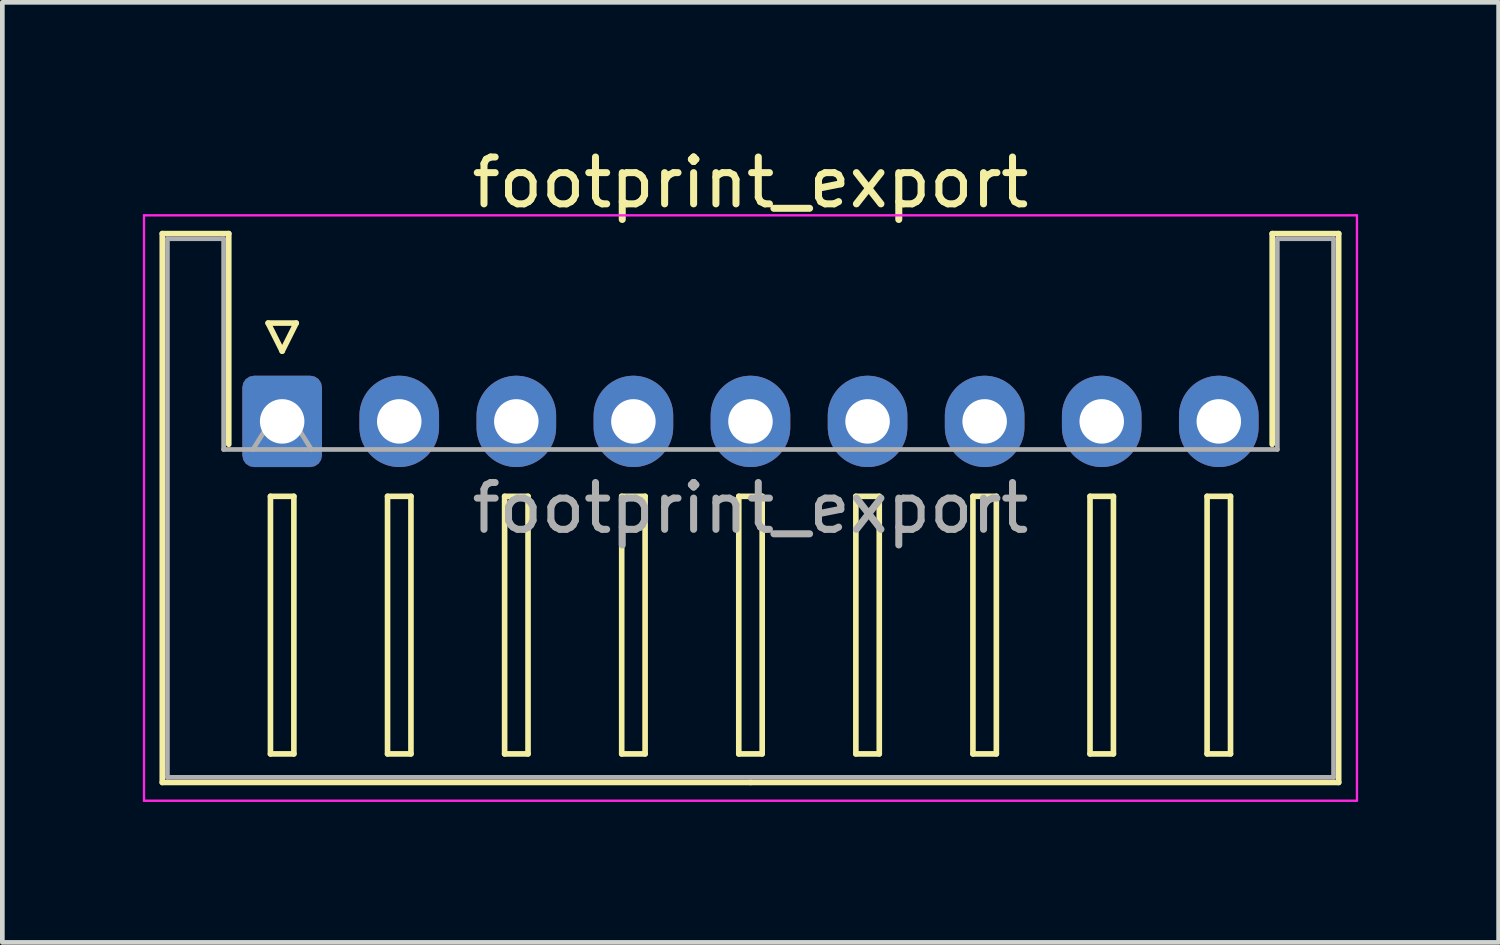
<source format=kicad_pcb>
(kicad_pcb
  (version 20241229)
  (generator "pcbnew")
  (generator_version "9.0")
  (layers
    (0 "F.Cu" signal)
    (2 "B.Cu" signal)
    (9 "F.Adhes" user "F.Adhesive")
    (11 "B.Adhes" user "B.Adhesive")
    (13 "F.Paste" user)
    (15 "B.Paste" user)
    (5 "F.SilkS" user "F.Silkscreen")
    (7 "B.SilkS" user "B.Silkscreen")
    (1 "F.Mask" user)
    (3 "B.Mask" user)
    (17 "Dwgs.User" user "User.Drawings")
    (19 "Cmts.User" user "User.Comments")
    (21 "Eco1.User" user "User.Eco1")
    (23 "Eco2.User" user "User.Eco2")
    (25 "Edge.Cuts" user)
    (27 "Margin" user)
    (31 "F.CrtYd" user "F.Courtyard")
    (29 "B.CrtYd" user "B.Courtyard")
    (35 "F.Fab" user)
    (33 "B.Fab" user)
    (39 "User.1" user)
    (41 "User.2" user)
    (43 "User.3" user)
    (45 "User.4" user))
  (footprint "footprint_export"
    (layer "F.Cu")
    (at 2.975 5.948)
    (property "Reference" "footprint_export" (at 10 -5.1 0) (layer "F.SilkS") (effects (font (size 1 1) (thickness 0.15))))
    (attr through_hole)
    (fp_line (start -2.56 -4.01) (end -1.14 -4.01) (stroke (width 0.12) (type solid)) (layer "F.SilkS"))
    (fp_line (start -2.56 7.71) (end -2.56 -4.01) (stroke (width 0.12) (type solid)) (layer "F.SilkS"))
    (fp_line (start -1.14 -4.01) (end -1.14 0.49) (stroke (width 0.12) (type solid)) (layer "F.SilkS"))
    (fp_line (start -0.3 -2.1) (end 0.3 -2.1) (stroke (width 0.12) (type solid)) (layer "F.SilkS"))
    (fp_line (start -0.25 1.6) (end -0.25 7.1) (stroke (width 0.12) (type solid)) (layer "F.SilkS"))
    (fp_line (start -0.25 7.1) (end 0.25 7.1) (stroke (width 0.12) (type solid)) (layer "F.SilkS"))
    (fp_line (start 0 -1.5) (end -0.3 -2.1) (stroke (width 0.12) (type solid)) (layer "F.SilkS"))
    (fp_line (start 0.25 1.6) (end -0.25 1.6) (stroke (width 0.12) (type solid)) (layer "F.SilkS"))
    (fp_line (start 0.25 7.1) (end 0.25 1.6) (stroke (width 0.12) (type solid)) (layer "F.SilkS"))
    (fp_line (start 0.3 -2.1) (end 0 -1.5) (stroke (width 0.12) (type solid)) (layer "F.SilkS"))
    (fp_line (start 2.25 1.6) (end 2.25 7.1) (stroke (width 0.12) (type solid)) (layer "F.SilkS"))
    (fp_line (start 2.25 7.1) (end 2.75 7.1) (stroke (width 0.12) (type solid)) (layer "F.SilkS"))
    (fp_line (start 2.75 1.6) (end 2.25 1.6) (stroke (width 0.12) (type solid)) (layer "F.SilkS"))
    (fp_line (start 2.75 7.1) (end 2.75 1.6) (stroke (width 0.12) (type solid)) (layer "F.SilkS"))
    (fp_line (start 4.75 1.6) (end 4.75 7.1) (stroke (width 0.12) (type solid)) (layer "F.SilkS"))
    (fp_line (start 4.75 7.1) (end 5.25 7.1) (stroke (width 0.12) (type solid)) (layer "F.SilkS"))
    (fp_line (start 5.25 1.6) (end 4.75 1.6) (stroke (width 0.12) (type solid)) (layer "F.SilkS"))
    (fp_line (start 5.25 7.1) (end 5.25 1.6) (stroke (width 0.12) (type solid)) (layer "F.SilkS"))
    (fp_line (start 7.25 1.6) (end 7.25 7.1) (stroke (width 0.12) (type solid)) (layer "F.SilkS"))
    (fp_line (start 7.25 7.1) (end 7.75 7.1) (stroke (width 0.12) (type solid)) (layer "F.SilkS"))
    (fp_line (start 7.75 1.6) (end 7.25 1.6) (stroke (width 0.12) (type solid)) (layer "F.SilkS"))
    (fp_line (start 7.75 7.1) (end 7.75 1.6) (stroke (width 0.12) (type solid)) (layer "F.SilkS"))
    (fp_line (start 9.75 1.6) (end 9.75 7.1) (stroke (width 0.12) (type solid)) (layer "F.SilkS"))
    (fp_line (start 9.75 7.1) (end 10.25 7.1) (stroke (width 0.12) (type solid)) (layer "F.SilkS"))
    (fp_line (start 10 7.71) (end -2.56 7.71) (stroke (width 0.12) (type solid)) (layer "F.SilkS"))
    (fp_line (start 10 7.71) (end 22.56 7.71) (stroke (width 0.12) (type solid)) (layer "F.SilkS"))
    (fp_line (start 10.25 1.6) (end 9.75 1.6) (stroke (width 0.12) (type solid)) (layer "F.SilkS"))
    (fp_line (start 10.25 7.1) (end 10.25 1.6) (stroke (width 0.12) (type solid)) (layer "F.SilkS"))
    (fp_line (start 12.25 1.6) (end 12.25 7.1) (stroke (width 0.12) (type solid)) (layer "F.SilkS"))
    (fp_line (start 12.25 7.1) (end 12.75 7.1) (stroke (width 0.12) (type solid)) (layer "F.SilkS"))
    (fp_line (start 12.75 1.6) (end 12.25 1.6) (stroke (width 0.12) (type solid)) (layer "F.SilkS"))
    (fp_line (start 12.75 7.1) (end 12.75 1.6) (stroke (width 0.12) (type solid)) (layer "F.SilkS"))
    (fp_line (start 14.75 1.6) (end 14.75 7.1) (stroke (width 0.12) (type solid)) (layer "F.SilkS"))
    (fp_line (start 14.75 7.1) (end 15.25 7.1) (stroke (width 0.12) (type solid)) (layer "F.SilkS"))
    (fp_line (start 15.25 1.6) (end 14.75 1.6) (stroke (width 0.12) (type solid)) (layer "F.SilkS"))
    (fp_line (start 15.25 7.1) (end 15.25 1.6) (stroke (width 0.12) (type solid)) (layer "F.SilkS"))
    (fp_line (start 17.25 1.6) (end 17.25 7.1) (stroke (width 0.12) (type solid)) (layer "F.SilkS"))
    (fp_line (start 17.25 7.1) (end 17.75 7.1) (stroke (width 0.12) (type solid)) (layer "F.SilkS"))
    (fp_line (start 17.75 1.6) (end 17.25 1.6) (stroke (width 0.12) (type solid)) (layer "F.SilkS"))
    (fp_line (start 17.75 7.1) (end 17.75 1.6) (stroke (width 0.12) (type solid)) (layer "F.SilkS"))
    (fp_line (start 19.75 1.6) (end 19.75 7.1) (stroke (width 0.12) (type solid)) (layer "F.SilkS"))
    (fp_line (start 19.75 7.1) (end 20.25 7.1) (stroke (width 0.12) (type solid)) (layer "F.SilkS"))
    (fp_line (start 20.25 1.6) (end 19.75 1.6) (stroke (width 0.12) (type solid)) (layer "F.SilkS"))
    (fp_line (start 20.25 7.1) (end 20.25 1.6) (stroke (width 0.12) (type solid)) (layer "F.SilkS"))
    (fp_line (start 21.14 -4.01) (end 21.14 0.49) (stroke (width 0.12) (type solid)) (layer "F.SilkS"))
    (fp_line (start 22.56 -4.01) (end 21.14 -4.01) (stroke (width 0.12) (type solid)) (layer "F.SilkS"))
    (fp_line (start 22.56 7.71) (end 22.56 -4.01) (stroke (width 0.12) (type solid)) (layer "F.SilkS"))
    (fp_line (start -2.95 -4.4) (end -2.95 8.1) (stroke (width 0.05) (type solid)) (layer "F.CrtYd"))
    (fp_line (start -2.95 8.1) (end 22.95 8.1) (stroke (width 0.05) (type solid)) (layer "F.CrtYd"))
    (fp_line (start 22.95 -4.4) (end -2.95 -4.4) (stroke (width 0.05) (type solid)) (layer "F.CrtYd"))
    (fp_line (start 22.95 8.1) (end 22.95 -4.4) (stroke (width 0.05) (type solid)) (layer "F.CrtYd"))
    (fp_line (start -2.45 -3.9) (end -1.25 -3.9) (stroke (width 0.1) (type solid)) (layer "F.Fab"))
    (fp_line (start -2.45 7.6) (end -2.45 -3.9) (stroke (width 0.1) (type solid)) (layer "F.Fab"))
    (fp_line (start -1.25 -3.9) (end -1.25 0.6) (stroke (width 0.1) (type solid)) (layer "F.Fab"))
    (fp_line (start -1.25 0.6) (end 10 0.6) (stroke (width 0.1) (type solid)) (layer "F.Fab"))
    (fp_line (start -0.625 0.6) (end 0 -0.4) (stroke (width 0.1) (type solid)) (layer "F.Fab"))
    (fp_line (start 0 -0.4) (end 0.625 0.6) (stroke (width 0.1) (type solid)) (layer "F.Fab"))
    (fp_line (start 10 7.6) (end -2.45 7.6) (stroke (width 0.1) (type solid)) (layer "F.Fab"))
    (fp_line (start 10 7.6) (end 22.45 7.6) (stroke (width 0.1) (type solid)) (layer "F.Fab"))
    (fp_line (start 21.25 -3.9) (end 21.25 0.6) (stroke (width 0.1) (type solid)) (layer "F.Fab"))
    (fp_line (start 21.25 0.6) (end 10 0.6) (stroke (width 0.1) (type solid)) (layer "F.Fab"))
    (fp_line (start 22.45 -3.9) (end 21.25 -3.9) (stroke (width 0.1) (type solid)) (layer "F.Fab"))
    (fp_line (start 22.45 7.6) (end 22.45 -3.9) (stroke (width 0.1) (type solid)) (layer "F.Fab"))
    (fp_text user "${REFERENCE}" (at 10 1.85 0) (layer "F.Fab") (effects (font (size 1 1) (thickness 0.15))))
    (pad "1" thru_hole roundrect (at 0 0) (size 1.7 1.95) (drill 0.95) (layers "*.Cu" "*.Mask") (roundrect_rratio 0.147))
    (pad "2" thru_hole oval (at 2.5 0) (size 1.7 1.95) (drill 0.95) (layers "*.Cu" "*.Mask"))
    (pad "3" thru_hole oval (at 5 0) (size 1.7 1.95) (drill 0.95) (layers "*.Cu" "*.Mask"))
    (pad "4" thru_hole oval (at 7.5 0) (size 1.7 1.95) (drill 0.95) (layers "*.Cu" "*.Mask"))
    (pad "5" thru_hole oval (at 10 0) (size 1.7 1.95) (drill 0.95) (layers "*.Cu" "*.Mask"))
    (pad "6" thru_hole oval (at 12.5 0) (size 1.7 1.95) (drill 0.95) (layers "*.Cu" "*.Mask"))
    (pad "7" thru_hole oval (at 15 0) (size 1.7 1.95) (drill 0.95) (layers "*.Cu" "*.Mask"))
    (pad "8" thru_hole oval (at 17.5 0) (size 1.7 1.95) (drill 0.95) (layers "*.Cu" "*.Mask"))
    (pad "9" thru_hole oval (at 20 0) (size 1.7 1.95) (drill 0.95) (layers "*.Cu" "*.Mask")))
  (gr_rect
    (start -3 -3)
    (end 28.95 17.073)
    (stroke (width 0.1) (type default))
    (fill no)
    (layer "Edge.Cuts")))
</source>
